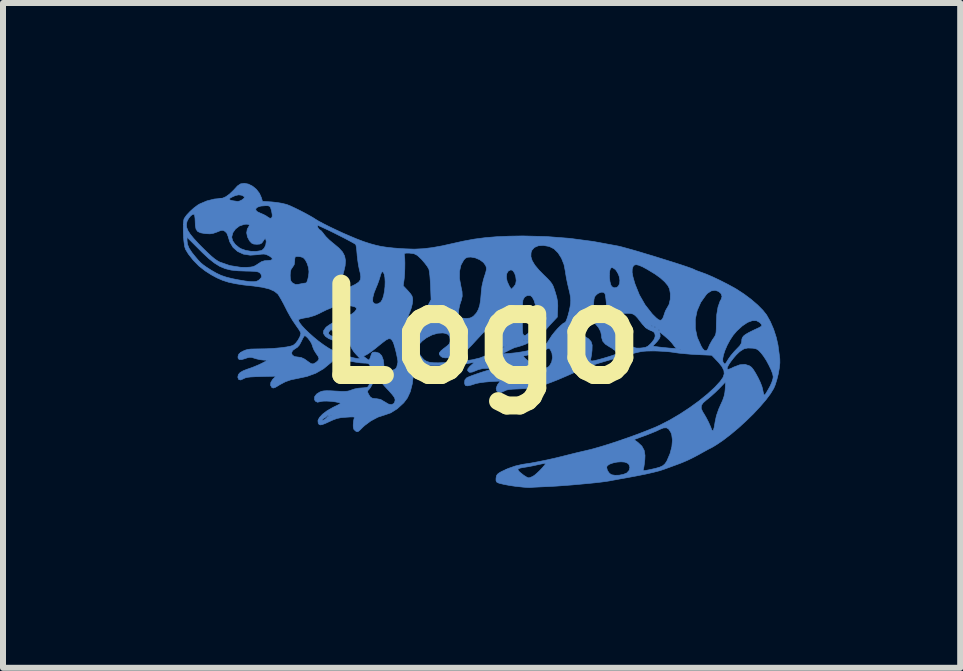
<source format=kicad_pcb>
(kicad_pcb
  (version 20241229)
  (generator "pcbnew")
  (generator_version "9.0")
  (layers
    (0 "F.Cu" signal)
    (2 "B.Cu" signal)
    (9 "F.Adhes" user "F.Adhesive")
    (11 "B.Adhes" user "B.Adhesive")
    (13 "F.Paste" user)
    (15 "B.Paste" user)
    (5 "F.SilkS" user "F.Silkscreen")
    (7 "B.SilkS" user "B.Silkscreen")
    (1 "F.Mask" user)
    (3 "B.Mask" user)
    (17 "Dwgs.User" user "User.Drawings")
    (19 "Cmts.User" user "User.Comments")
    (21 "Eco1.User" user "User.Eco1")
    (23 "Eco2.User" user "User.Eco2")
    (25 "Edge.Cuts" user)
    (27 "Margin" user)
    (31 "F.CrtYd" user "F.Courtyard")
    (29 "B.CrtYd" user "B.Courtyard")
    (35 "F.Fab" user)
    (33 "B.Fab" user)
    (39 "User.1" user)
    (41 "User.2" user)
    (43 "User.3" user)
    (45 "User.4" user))
  (footprint "Logo"
    (layer "F.Cu")
    (at 4.962 2.512)
    (property "Reference" "Logo" (at 0 0 0) (layer "F.SilkS") (effects (font (size 1.524 1.524) (thickness 0.3))))
    (attr through_hole)
    (fp_poly (pts (xy -3.87 -2.493) (xy -3.801 -2.458) (xy -3.738 -2.406) (xy -3.687 -2.339) (xy -3.655 -2.267) (xy -3.637 -2.206) (xy -3.482 -2.196) (xy -3.398 -2.187) (xy -3.313 -2.173) (xy -3.243 -2.156) (xy -3.229 -2.152) (xy -3.169 -2.128) (xy -3.09 -2.091) (xy -3.001 -2.047) (xy -2.911 -2) (xy -2.83 -1.955) (xy -2.768 -1.918) (xy -2.757 -1.91) (xy -2.701 -1.876) (xy -2.62 -1.833) (xy -2.521 -1.783) (xy -2.41 -1.73) (xy -2.294 -1.676) (xy -2.178 -1.626) (xy -2.071 -1.581) (xy -1.977 -1.545) (xy -1.941 -1.532) (xy -1.839 -1.499) (xy -1.747 -1.474) (xy -1.658 -1.454) (xy -1.563 -1.44) (xy -1.455 -1.428) (xy -1.324 -1.418) (xy -1.253 -1.414) (xy -1.105 -1.409) (xy -0.959 -1.416) (xy -0.807 -1.434) (xy -0.64 -1.464) (xy -0.484 -1.499) (xy -0.291 -1.542) (xy -0.107 -1.576) (xy 0.076 -1.6) (xy 0.267 -1.616) (xy 0.474 -1.625) (xy 0.703 -1.629) (xy 1.096 -1.619) (xy 1.484 -1.589) (xy 1.877 -1.537) (xy 2.284 -1.462) (xy 2.286 -1.462) (xy 2.341 -1.449) (xy 2.419 -1.428) (xy 2.516 -1.401) (xy 2.628 -1.369) (xy 2.749 -1.332) (xy 2.877 -1.294) (xy 3.005 -1.254) (xy 3.13 -1.215) (xy 3.248 -1.178) (xy 3.353 -1.144) (xy 3.442 -1.114) (xy 3.51 -1.09) (xy 3.553 -1.073) (xy 3.564 -1.067) (xy 3.589 -1.055) (xy 3.635 -1.038) (xy 3.675 -1.024) (xy 3.764 -0.991) (xy 3.873 -0.944) (xy 3.993 -0.887) (xy 4.115 -0.825) (xy 4.231 -0.762) (xy 4.267 -0.741) (xy 4.391 -0.66) (xy 4.51 -0.571) (xy 4.617 -0.479) (xy 4.706 -0.389) (xy 4.767 -0.312) (xy 4.828 -0.203) (xy 4.884 -0.074) (xy 4.928 0.062) (xy 4.957 0.191) (xy 4.96 0.214) (xy 4.97 0.29) (xy 4.98 0.364) (xy 4.987 0.421) (xy 4.987 0.423) (xy 4.988 0.488) (xy 4.979 0.573) (xy 4.962 0.67) (xy 4.938 0.766) (xy 4.911 0.853) (xy 4.886 0.912) (xy 4.832 1.001) (xy 4.755 1.104) (xy 4.658 1.217) (xy 4.547 1.336) (xy 4.425 1.455) (xy 4.298 1.571) (xy 4.169 1.679) (xy 4.044 1.775) (xy 3.949 1.84) (xy 3.896 1.873) (xy 3.852 1.899) (xy 3.828 1.911) (xy 3.803 1.923) (xy 3.756 1.949) (xy 3.694 1.983) (xy 3.632 2.018) (xy 3.545 2.064) (xy 3.451 2.11) (xy 3.362 2.148) (xy 3.319 2.165) (xy 3.237 2.195) (xy 3.15 2.227) (xy 3.076 2.254) (xy 3.065 2.258) (xy 2.984 2.285) (xy 2.878 2.312) (xy 2.746 2.342) (xy 2.585 2.374) (xy 2.418 2.405) (xy 2.332 2.42) (xy 2.251 2.435) (xy 2.184 2.447) (xy 2.15 2.454) (xy 2.094 2.463) (xy 2.011 2.474) (xy 1.907 2.486) (xy 1.786 2.498) (xy 1.656 2.51) (xy 1.522 2.522) (xy 1.391 2.532) (xy 1.268 2.541) (xy 1.159 2.547) (xy 1.12 2.549) (xy 1.028 2.553) (xy 0.948 2.557) (xy 0.886 2.56) (xy 0.848 2.563) (xy 0.84 2.564) (xy 0.815 2.565) (xy 0.766 2.563) (xy 0.702 2.558) (xy 0.686 2.556) (xy 0.582 2.545) (xy 0.48 2.53) (xy 0.39 2.513) (xy 0.319 2.496) (xy 0.294 2.488) (xy 0.266 2.472) (xy 0.256 2.446) (xy 0.257 2.409) (xy 0.264 2.37) (xy 0.28 2.343) (xy 0.315 2.317) (xy 0.347 2.299) (xy 0.411 2.269) (xy 0.621 2.269) (xy 0.639 2.295) (xy 0.66 2.314) (xy 0.719 2.361) (xy 0.769 2.392) (xy 0.802 2.404) (xy 0.825 2.398) (xy 0.865 2.381) (xy 0.871 2.378) (xy 0.901 2.358) (xy 0.943 2.322) (xy 0.989 2.278) (xy 1.032 2.232) (xy 1.037 2.226) (xy 2.1 2.226) (xy 2.113 2.28) (xy 2.147 2.328) (xy 2.183 2.352) (xy 2.24 2.361) (xy 2.311 2.359) (xy 2.381 2.345) (xy 2.435 2.323) (xy 2.438 2.321) (xy 2.476 2.279) (xy 2.488 2.229) (xy 2.473 2.182) (xy 2.447 2.158) (xy 2.402 2.141) (xy 2.341 2.136) (xy 2.273 2.141) (xy 2.207 2.155) (xy 2.15 2.175) (xy 2.112 2.201) (xy 2.1 2.226) (xy 1.037 2.226) (xy 1.066 2.192) (xy 1.083 2.166) (xy 1.084 2.162) (xy 1.069 2.162) (xy 1.028 2.169) (xy 0.971 2.181) (xy 0.952 2.185) (xy 0.875 2.202) (xy 0.798 2.217) (xy 0.736 2.227) (xy 0.734 2.227) (xy 0.666 2.239) (xy 0.629 2.252) (xy 0.621 2.269) (xy 0.411 2.269) (xy 0.457 2.248) (xy 0.578 2.206) (xy 0.695 2.179) (xy 0.72 2.175) (xy 0.829 2.159) (xy 0.962 2.134) (xy 1.109 2.104) (xy 1.26 2.07) (xy 1.389 2.038) (xy 1.489 2.013) (xy 1.594 1.987) (xy 1.692 1.964) (xy 1.769 1.946) (xy 1.77 1.946) (xy 1.878 1.919) (xy 2.01 1.881) (xy 2.159 1.835) (xy 2.318 1.782) (xy 2.365 1.766) (xy 2.557 1.766) (xy 2.623 1.814) (xy 2.688 1.875) (xy 2.726 1.945) (xy 2.74 2.031) (xy 2.737 2.098) (xy 2.73 2.162) (xy 2.722 2.218) (xy 2.716 2.248) (xy 2.71 2.27) (xy 2.713 2.282) (xy 2.732 2.283) (xy 2.772 2.276) (xy 2.814 2.268) (xy 2.913 2.246) (xy 2.984 2.226) (xy 3.034 2.203) (xy 3.069 2.174) (xy 3.096 2.137) (xy 3.108 2.115) (xy 3.158 1.997) (xy 3.188 1.881) (xy 3.197 1.774) (xy 3.185 1.683) (xy 3.172 1.648) (xy 3.138 1.594) (xy 3.098 1.569) (xy 3.045 1.572) (xy 2.987 1.596) (xy 2.926 1.625) (xy 2.853 1.655) (xy 2.762 1.691) (xy 2.646 1.733) (xy 2.637 1.737) (xy 2.557 1.766) (xy 2.365 1.766) (xy 2.479 1.726) (xy 2.636 1.669) (xy 2.78 1.613) (xy 2.906 1.562) (xy 2.99 1.524) (xy 3.155 1.439) (xy 3.323 1.34) (xy 3.466 1.246) (xy 3.677 1.246) (xy 3.701 1.302) (xy 3.72 1.331) (xy 3.758 1.396) (xy 3.8 1.477) (xy 3.836 1.559) (xy 3.851 1.599) (xy 3.864 1.621) (xy 3.878 1.61) (xy 3.892 1.567) (xy 3.905 1.493) (xy 3.908 1.473) (xy 3.93 1.368) (xy 3.969 1.257) (xy 3.997 1.194) (xy 4.035 1.11) (xy 4.058 1.043) (xy 4.071 0.981) (xy 4.077 0.923) (xy 4.083 0.804) (xy 3.975 0.916) (xy 3.912 0.978) (xy 3.843 1.04) (xy 3.781 1.092) (xy 3.77 1.1) (xy 3.71 1.152) (xy 3.679 1.198) (xy 3.677 1.246) (xy 3.466 1.246) (xy 3.487 1.232) (xy 3.643 1.119) (xy 3.783 1.005) (xy 3.904 0.894) (xy 3.998 0.791) (xy 3.998 0.79) (xy 4.041 0.728) (xy 4.06 0.67) (xy 4.055 0.614) (xy 4.04 0.584) (xy 4.109 0.584) (xy 4.12 0.595) (xy 4.144 0.591) (xy 4.189 0.572) (xy 4.221 0.556) (xy 4.32 0.519) (xy 4.407 0.512) (xy 4.481 0.536) (xy 4.516 0.561) (xy 4.547 0.6) (xy 4.585 0.661) (xy 4.625 0.734) (xy 4.661 0.809) (xy 4.687 0.876) (xy 4.698 0.914) (xy 4.711 0.978) (xy 4.721 1.013) (xy 4.73 1.023) (xy 4.742 1.015) (xy 4.752 1.001) (xy 4.773 0.967) (xy 4.802 0.916) (xy 4.827 0.871) (xy 4.854 0.81) (xy 4.872 0.753) (xy 4.877 0.719) (xy 4.868 0.671) (xy 4.843 0.604) (xy 4.806 0.527) (xy 4.763 0.447) (xy 4.716 0.375) (xy 4.677 0.324) (xy 4.635 0.279) (xy 4.597 0.255) (xy 4.55 0.244) (xy 4.535 0.242) (xy 4.454 0.239) (xy 4.39 0.253) (xy 4.331 0.29) (xy 4.307 0.309) (xy 4.26 0.355) (xy 4.212 0.411) (xy 4.168 0.468) (xy 4.133 0.521) (xy 4.112 0.563) (xy 4.109 0.584) (xy 4.04 0.584) (xy 4.024 0.551) (xy 3.966 0.479) (xy 3.925 0.436) (xy 3.911 0.421) (xy 4.035 0.421) (xy 4.039 0.469) (xy 4.046 0.482) (xy 4.066 0.503) (xy 4.073 0.508) (xy 4.084 0.495) (xy 4.107 0.461) (xy 4.13 0.423) (xy 4.172 0.364) (xy 4.227 0.299) (xy 4.267 0.257) (xy 4.319 0.203) (xy 4.345 0.161) (xy 4.352 0.129) (xy 4.354 0.095) (xy 4.363 0.067) (xy 4.382 0.04) (xy 4.416 0.013) (xy 4.469 -0.018) (xy 4.545 -0.056) (xy 4.648 -0.104) (xy 4.652 -0.107) (xy 4.683 -0.126) (xy 4.686 -0.148) (xy 4.659 -0.18) (xy 4.653 -0.186) (xy 4.597 -0.217) (xy 4.529 -0.217) (xy 4.45 -0.188) (xy 4.362 -0.129) (xy 4.266 -0.041) (xy 4.265 -0.039) (xy 4.209 0.027) (xy 4.157 0.106) (xy 4.111 0.191) (xy 4.074 0.276) (xy 4.048 0.355) (xy 4.035 0.421) (xy 3.911 0.421) (xy 3.852 0.36) (xy 3.607 0.349) (xy 3.505 0.343) (xy 3.401 0.334) (xy 3.307 0.325) (xy 3.234 0.315) (xy 3.226 0.313) (xy 3.151 0.303) (xy 3.056 0.295) (xy 2.955 0.29) (xy 2.888 0.288) (xy 2.821 0.289) (xy 2.765 0.29) (xy 2.714 0.294) (xy 2.661 0.302) (xy 2.601 0.315) (xy 2.527 0.334) (xy 2.432 0.359) (xy 2.321 0.391) (xy 2.177 0.431) (xy 2.06 0.465) (xy 1.966 0.493) (xy 1.888 0.518) (xy 1.821 0.541) (xy 1.76 0.563) (xy 1.7 0.588) (xy 1.635 0.616) (xy 1.6 0.631) (xy 1.435 0.704) (xy 1.295 0.764) (xy 1.176 0.811) (xy 1.074 0.848) (xy 0.983 0.875) (xy 0.9 0.895) (xy 0.82 0.908) (xy 0.737 0.916) (xy 0.648 0.92) (xy 0.632 0.921) (xy 0.538 0.925) (xy 0.472 0.931) (xy 0.427 0.941) (xy 0.398 0.955) (xy 0.341 0.98) (xy 0.295 0.977) (xy 0.266 0.952) (xy 0.259 0.91) (xy 0.279 0.856) (xy 0.289 0.842) (xy 0.327 0.79) (xy 0.15 0.8) (xy 0.063 0.808) (xy -0.018 0.819) (xy -0.081 0.832) (xy -0.102 0.839) (xy -0.157 0.857) (xy -0.206 0.868) (xy -0.22 0.87) (xy -0.25 0.866) (xy -0.264 0.843) (xy -0.268 0.819) (xy -0.263 0.772) (xy -0.236 0.739) (xy -0.235 0.738) (xy -0.201 0.721) (xy -0.14 0.697) (xy -0.06 0.669) (xy 0.033 0.638) (xy 0.134 0.607) (xy 0.169 0.596) (xy 0.198 0.587) (xy 0.204 0.582) (xy 0.183 0.579) (xy 0.133 0.578) (xy 0.119 0.578) (xy 0.033 0.582) (xy -0.04 0.6) (xy -0.078 0.616) (xy -0.139 0.64) (xy -0.18 0.645) (xy -0.192 0.641) (xy -0.217 0.616) (xy -0.212 0.585) (xy -0.178 0.544) (xy -0.157 0.526) (xy -0.122 0.494) (xy -0.116 0.48) (xy -0.127 0.481) (xy -0.221 0.498) (xy -0.34 0.513) (xy -0.477 0.524) (xy -0.624 0.53) (xy -0.771 0.532) (xy -0.912 0.529) (xy -0.991 0.525) (xy -1.109 0.516) (xy -1.12 0.677) (xy -1.139 0.835) (xy -1.172 0.966) (xy -1.221 1.072) (xy -1.282 1.153) (xy -1.39 1.252) (xy -1.498 1.32) (xy -1.593 1.353) (xy -1.713 1.392) (xy -1.831 1.455) (xy -1.936 1.533) (xy -1.966 1.561) (xy -2.01 1.605) (xy -2.038 1.629) (xy -2.059 1.635) (xy -2.078 1.627) (xy -2.087 1.621) (xy -2.113 1.596) (xy -2.123 1.557) (xy -2.124 1.522) (xy -2.12 1.468) (xy -2.112 1.424) (xy -2.109 1.416) (xy -2.104 1.4) (xy -2.11 1.391) (xy -2.133 1.388) (xy -2.178 1.389) (xy -2.241 1.393) (xy -2.327 1.4) (xy -2.395 1.414) (xy -2.463 1.439) (xy -2.516 1.463) (xy -2.59 1.497) (xy -2.641 1.516) (xy -2.673 1.521) (xy -2.693 1.513) (xy -2.707 1.494) (xy -2.712 1.45) (xy -2.707 1.439) (xy -2.642 1.439) (xy -2.63 1.444) (xy -2.601 1.43) (xy -2.599 1.429) (xy -2.569 1.405) (xy -2.557 1.386) (xy -2.546 1.378) (xy -2.537 1.382) (xy -2.526 1.384) (xy -2.532 1.372) (xy -2.541 1.363) (xy -2.506 1.363) (xy -2.498 1.372) (xy -2.489 1.363) (xy -2.498 1.355) (xy -2.506 1.363) (xy -2.541 1.363) (xy -2.547 1.359) (xy -2.564 1.374) (xy -2.596 1.402) (xy -2.612 1.41) (xy -2.637 1.428) (xy -2.642 1.439) (xy -2.707 1.439) (xy -2.688 1.399) (xy -2.636 1.343) (xy -2.561 1.286) (xy -2.465 1.231) (xy -2.435 1.216) (xy -2.377 1.188) (xy -2.346 1.17) (xy -2.339 1.16) (xy -2.351 1.152) (xy -2.359 1.15) (xy -2.421 1.137) (xy -2.493 1.128) (xy -2.565 1.124) (xy -2.626 1.125) (xy -2.667 1.131) (xy -2.672 1.133) (xy -2.719 1.143) (xy -2.755 1.125) (xy -2.769 1.1) (xy -2.768 1.052) (xy -2.735 1.007) (xy -2.683 0.974) (xy -2.651 0.961) (xy -2.615 0.954) (xy -2.568 0.951) (xy -2.502 0.952) (xy -2.419 0.957) (xy -2.329 0.962) (xy -2.265 0.962) (xy -2.22 0.959) (xy -2.185 0.951) (xy -2.156 0.94) (xy -2.103 0.922) (xy -2.035 0.909) (xy -1.997 0.906) (xy -1.941 0.902) (xy -1.898 0.895) (xy -1.882 0.89) (xy -1.866 0.867) (xy -1.847 0.821) (xy -1.83 0.764) (xy -1.817 0.706) (xy -1.812 0.658) (xy -1.812 0.657) (xy -1.819 0.607) (xy -1.835 0.553) (xy -1.836 0.55) (xy -1.855 0.513) (xy -1.877 0.496) (xy -1.917 0.491) (xy -1.936 0.491) (xy -2.002 0.487) (xy -2.086 0.475) (xy -2.176 0.459) (xy -2.26 0.44) (xy -2.326 0.421) (xy -2.342 0.415) (xy -2.399 0.391) (xy -2.497 0.484) (xy -2.619 0.585) (xy -2.749 0.66) (xy -2.895 0.713) (xy -3.054 0.747) (xy -3.162 0.769) (xy -3.254 0.801) (xy -3.345 0.849) (xy -3.374 0.867) (xy -3.423 0.896) (xy -3.454 0.906) (xy -3.476 0.901) (xy -3.48 0.897) (xy -3.503 0.859) (xy -3.497 0.811) (xy -3.465 0.76) (xy -3.459 0.755) (xy -3.414 0.709) (xy -3.66 0.715) (xy -3.761 0.718) (xy -3.835 0.722) (xy -3.887 0.728) (xy -3.923 0.737) (xy -3.949 0.749) (xy -3.952 0.751) (xy -4 0.772) (xy -4.032 0.765) (xy -4.047 0.73) (xy -4.047 0.72) (xy -4.038 0.681) (xy -4.009 0.648) (xy -3.955 0.617) (xy -3.873 0.586) (xy -3.867 0.585) (xy -3.788 0.556) (xy -3.704 0.521) (xy -3.649 0.495) (xy -3.548 0.442) (xy -3.612 0.441) (xy -3.668 0.435) (xy -3.734 0.421) (xy -3.761 0.413) (xy -3.813 0.397) (xy -3.851 0.394) (xy -3.891 0.403) (xy -3.921 0.414) (xy -3.986 0.433) (xy -4.026 0.431) (xy -4.044 0.406) (xy -4.044 0.377) (xy -4.032 0.342) (xy -4.009 0.321) (xy -3.152 0.321) (xy -3.14 0.356) (xy -3.103 0.382) (xy -3.052 0.389) (xy -2.992 0.397) (xy -2.934 0.424) (xy -2.873 0.468) (xy -2.828 0.499) (xy -2.792 0.505) (xy -2.752 0.484) (xy -2.737 0.473) (xy -2.705 0.443) (xy -2.695 0.414) (xy -2.709 0.378) (xy -2.743 0.329) (xy -2.776 0.276) (xy -2.799 0.221) (xy -2.804 0.203) (xy -2.819 0.162) (xy -2.848 0.115) (xy -2.882 0.072) (xy -2.914 0.042) (xy -2.933 0.034) (xy -2.947 0.048) (xy -2.968 0.085) (xy -2.988 0.127) (xy -3.021 0.189) (xy -3.056 0.228) (xy -3.089 0.248) (xy -3.135 0.282) (xy -3.152 0.321) (xy -4.009 0.321) (xy -4 0.313) (xy -3.963 0.292) (xy -3.924 0.275) (xy -3.885 0.264) (xy -3.835 0.257) (xy -3.767 0.255) (xy -3.695 0.254) (xy -3.569 0.252) (xy -3.446 0.245) (xy -3.334 0.235) (xy -3.237 0.222) (xy -3.163 0.207) (xy -3.123 0.193) (xy -3.084 0.161) (xy -3.045 0.11) (xy -3.013 0.052) (xy -2.998 0.001) (xy -2.997 -0.008) (xy -3.007 -0.032) (xy -3.033 -0.075) (xy -3.07 -0.127) (xy -3.081 -0.143) (xy -3.124 -0.206) (xy -3.131 -0.216) (xy -3.036 -0.216) (xy -3.017 -0.18) (xy -2.978 -0.13) (xy -2.924 -0.072) (xy -2.857 -0.008) (xy -2.782 0.059) (xy -2.703 0.124) (xy -2.623 0.183) (xy -2.546 0.234) (xy -2.505 0.258) (xy -2.434 0.293) (xy -2.353 0.327) (xy -2.268 0.358) (xy -2.185 0.385) (xy -2.112 0.404) (xy -2.055 0.415) (xy -2.02 0.414) (xy -2.017 0.412) (xy -2.025 0.399) (xy -2.046 0.376) (xy -1.953 0.376) (xy -1.912 0.408) (xy -1.88 0.43) (xy -1.861 0.44) (xy -1.851 0.426) (xy -1.836 0.389) (xy -1.831 0.372) (xy -1.815 0.328) (xy -1.798 0.31) (xy -1.766 0.307) (xy -1.749 0.308) (xy -1.691 0.325) (xy -1.649 0.368) (xy -1.623 0.438) (xy -1.614 0.503) (xy -1.61 0.563) (xy -1.614 0.601) (xy -1.628 0.627) (xy -1.64 0.641) (xy -1.68 0.668) (xy -1.717 0.677) (xy -1.74 0.682) (xy -1.757 0.699) (xy -1.773 0.738) (xy -1.786 0.781) (xy -1.808 0.845) (xy -1.836 0.898) (xy -1.855 0.922) (xy -1.881 0.95) (xy -1.884 0.974) (xy -1.869 1.008) (xy -1.841 1.053) (xy -1.809 1.075) (xy -1.76 1.083) (xy -1.736 1.084) (xy -1.668 1.096) (xy -1.602 1.135) (xy -1.601 1.135) (xy -1.538 1.173) (xy -1.486 1.183) (xy -1.449 1.166) (xy -1.44 1.153) (xy -1.427 1.121) (xy -1.427 1.091) (xy -1.442 1.057) (xy -1.476 1.012) (xy -1.53 0.951) (xy -1.549 0.931) (xy -1.601 0.875) (xy -1.643 0.825) (xy -1.669 0.788) (xy -1.676 0.773) (xy -1.661 0.729) (xy -1.621 0.685) (xy -1.562 0.645) (xy -1.498 0.619) (xy -1.443 0.6) (xy -1.413 0.581) (xy -1.398 0.556) (xy -1.396 0.546) (xy -1.386 0.504) (xy -1.38 0.48) (xy -1.38 0.453) (xy -1.389 0.403) (xy -1.402 0.339) (xy -1.418 0.271) (xy -1.436 0.208) (xy -1.44 0.193) (xy -1.23 0.193) (xy -1.171 0.324) (xy -1.14 0.389) (xy -1.117 0.429) (xy -1.096 0.451) (xy -1.072 0.46) (xy -1.059 0.462) (xy -1.022 0.468) (xy -1.005 0.471) (xy -1.004 0.471) (xy -1.011 0.46) (xy -1.033 0.428) (xy -1.061 0.386) (xy -1.094 0.331) (xy -1.119 0.281) (xy -1.129 0.252) (xy -1.137 0.235) (xy -1.05 0.235) (xy -1.042 0.294) (xy -1.005 0.362) (xy -0.998 0.371) (xy -0.966 0.412) (xy -0.934 0.443) (xy -0.896 0.464) (xy -0.849 0.478) (xy -0.786 0.485) (xy -0.705 0.486) (xy -0.599 0.482) (xy -0.464 0.473) (xy -0.462 0.473) (xy -0.284 0.457) (xy -0.137 0.435) (xy -0.016 0.406) (xy 0.067 0.374) (xy 0.707 0.374) (xy 0.747 0.417) (xy 0.829 0.485) (xy 0.932 0.538) (xy 0.971 0.551) (xy 1.041 0.57) (xy 1.089 0.572) (xy 1.125 0.557) (xy 1.147 0.538) (xy 1.184 0.474) (xy 1.198 0.398) (xy 1.188 0.321) (xy 1.161 0.265) (xy 1.141 0.245) (xy 1.119 0.248) (xy 1.098 0.26) (xy 1.06 0.278) (xy 0.997 0.299) (xy 0.915 0.324) (xy 0.821 0.348) (xy 0.756 0.363) (xy 0.707 0.374) (xy 0.067 0.374) (xy 0.081 0.369) (xy 0.089 0.364) (xy 0.237 0.364) (xy 0.246 0.373) (xy 0.254 0.364) (xy 0.246 0.356) (xy 0.237 0.364) (xy 0.089 0.364) (xy 0.11 0.352) (xy 0.295 0.352) (xy 0.312 0.354) (xy 0.334 0.351) (xy 0.334 0.345) (xy 0.311 0.341) (xy 0.302 0.344) (xy 0.295 0.352) (xy 0.11 0.352) (xy 0.132 0.338) (xy 0.352 0.338) (xy 0.493 0.328) (xy 0.582 0.319) (xy 0.683 0.304) (xy 0.775 0.287) (xy 0.781 0.285) (xy 0.927 0.252) (xy 0.928 0.148) (xy 0.928 0.093) (xy 0.926 0.067) (xy 0.919 0.067) (xy 0.909 0.085) (xy 0.877 0.12) (xy 0.846 0.133) (xy 0.803 0.146) (xy 0.779 0.16) (xy 0.752 0.174) (xy 0.705 0.192) (xy 0.65 0.21) (xy 0.601 0.224) (xy 0.576 0.229) (xy 0.558 0.236) (xy 0.517 0.255) (xy 0.464 0.281) (xy 0.459 0.284) (xy 0.352 0.338) (xy 0.132 0.338) (xy 0.158 0.322) (xy 0.219 0.264) (xy 0.22 0.263) (xy 0.305 0.263) (xy 0.318 0.262) (xy 0.35 0.248) (xy 0.356 0.246) (xy 0.39 0.226) (xy 0.406 0.212) (xy 0.406 0.211) (xy 0.393 0.212) (xy 0.361 0.226) (xy 0.356 0.229) (xy 0.321 0.249) (xy 0.305 0.262) (xy 0.305 0.263) (xy 0.22 0.263) (xy 0.266 0.195) (xy 0.423 0.195) (xy 0.432 0.203) (xy 0.44 0.195) (xy 0.432 0.186) (xy 0.423 0.195) (xy 0.266 0.195) (xy 0.266 0.194) (xy 0.272 0.183) (xy 0.277 0.169) (xy 0.593 0.169) (xy 0.599 0.183) (xy 0.604 0.181) (xy 0.606 0.161) (xy 0.604 0.158) (xy 0.594 0.16) (xy 0.593 0.169) (xy 0.277 0.169) (xy 0.291 0.126) (xy 0.294 0.11) (xy 0.711 0.11) (xy 0.72 0.119) (xy 0.728 0.11) (xy 0.725 0.107) (xy 0.768 0.107) (xy 0.77 0.117) (xy 0.779 0.119) (xy 0.793 0.112) (xy 0.79 0.107) (xy 0.77 0.105) (xy 0.768 0.107) (xy 0.725 0.107) (xy 0.72 0.102) (xy 0.711 0.11) (xy 0.294 0.11) (xy 0.3 0.057) (xy 0.3 -0.017) (xy 0.291 -0.086) (xy 0.275 -0.142) (xy 0.251 -0.177) (xy 0.241 -0.182) (xy 0.215 -0.174) (xy 0.169 -0.139) (xy 0.104 -0.078) (xy 0.019 0.01) (xy -0.074 0.11) (xy -0.154 0.197) (xy -0.218 0.262) (xy -0.271 0.308) (xy -0.32 0.341) (xy -0.368 0.363) (xy -0.422 0.38) (xy -0.435 0.383) (xy -0.527 0.401) (xy -0.593 0.404) (xy -0.639 0.394) (xy -0.663 0.378) (xy -0.687 0.35) (xy -0.689 0.33) (xy -0.593 0.33) (xy -0.584 0.339) (xy -0.576 0.33) (xy -0.584 0.322) (xy -0.593 0.33) (xy -0.689 0.33) (xy -0.689 0.323) (xy -0.667 0.292) (xy -0.653 0.279) (xy -0.525 0.279) (xy -0.516 0.288) (xy -0.508 0.279) (xy -0.516 0.271) (xy -0.525 0.279) (xy -0.653 0.279) (xy -0.619 0.25) (xy -0.601 0.237) (xy -0.551 0.198) (xy -0.523 0.169) (xy -0.511 0.141) (xy -0.508 0.105) (xy -0.508 0.103) (xy -0.516 0.048) (xy -0.542 0.013) (xy -0.593 -0.006) (xy -0.631 -0.012) (xy -0.716 -0.007) (xy -0.81 0.021) (xy -0.903 0.069) (xy -0.972 0.121) (xy -1.027 0.179) (xy -1.05 0.235) (xy -1.137 0.235) (xy -1.147 0.215) (xy -1.184 0.2) (xy -1.23 0.193) (xy -1.44 0.193) (xy -1.445 0.178) (xy -1.135 0.178) (xy -1.126 0.186) (xy -1.118 0.178) (xy -1.126 0.169) (xy -1.135 0.178) (xy -1.445 0.178) (xy -1.452 0.158) (xy -1.46 0.138) (xy -1.482 0.103) (xy -1.505 0.085) (xy -1.535 0.085) (xy -1.577 0.106) (xy -1.634 0.149) (xy -1.688 0.192) (xy -1.754 0.246) (xy -1.816 0.294) (xy -1.868 0.33) (xy -1.895 0.347) (xy -1.953 0.376) (xy -2.046 0.376) (xy -2.051 0.371) (xy -2.071 0.351) (xy -2.115 0.3) (xy -2.152 0.241) (xy -2.16 0.223) (xy -2.176 0.187) (xy -2.194 0.163) (xy -2.221 0.148) (xy -2.266 0.138) (xy -2.334 0.13) (xy -2.357 0.128) (xy -2.457 0.111) (xy -2.533 0.082) (xy -2.587 0.045) (xy -2.615 0.005) (xy -2.534 0.005) (xy -2.504 0.031) (xy -2.441 0.053) (xy -2.371 0.067) (xy -2.289 0.08) (xy -2.236 0.082) (xy -2.208 0.074) (xy -2.201 0.06) (xy -2.212 0.043) (xy -2.229 0.045) (xy -2.258 0.044) (xy -2.305 0.029) (xy -2.343 0.013) (xy -2.351 0.008) (xy -2.201 0.008) (xy -2.193 0.017) (xy -2.184 0.008) (xy -2.193 0) (xy -2.201 0.008) (xy -2.351 0.008) (xy -2.397 -0.013) (xy -2.441 -0.033) (xy -2.461 -0.041) (xy -2.481 -0.058) (xy -2.479 -0.072) (xy -2.48 -0.078) (xy -2.501 -0.063) (xy -2.503 -0.061) (xy -2.534 -0.025) (xy -2.534 0.005) (xy -2.615 0.005) (xy -2.619 -0.000375) (xy -2.618 -0.048) (xy -2.588 -0.093) (xy -2.455 -0.093) (xy -2.447 -0.085) (xy -2.438 -0.093) (xy -2.447 -0.102) (xy -2.455 -0.093) (xy -2.588 -0.093) (xy -2.583 -0.099) (xy -2.572 -0.11) (xy -2.421 -0.11) (xy -2.413 -0.102) (xy -2.405 -0.11) (xy -2.413 -0.119) (xy -2.421 -0.11) (xy -2.572 -0.11) (xy -2.567 -0.115) (xy -2.519 -0.149) (xy -2.449 -0.19) (xy -2.368 -0.232) (xy -2.283 -0.271) (xy -2.207 -0.3) (xy -2.2 -0.303) (xy -2.147 -0.328) (xy -2.103 -0.362) (xy -2.075 -0.398) (xy -2.071 -0.428) (xy -2.093 -0.445) (xy -2.143 -0.459) (xy -2.211 -0.469) (xy -2.293 -0.474) (xy -2.311 -0.474) (xy -2.379 -0.465) (xy -2.467 -0.439) (xy -2.566 -0.399) (xy -2.668 -0.349) (xy -2.685 -0.339) (xy -2.767 -0.303) (xy -2.861 -0.275) (xy -2.893 -0.269) (xy -2.955 -0.258) (xy -3.005 -0.246) (xy -3.031 -0.237) (xy -3.032 -0.237) (xy -3.036 -0.216) (xy -3.131 -0.216) (xy -3.174 -0.287) (xy -3.223 -0.375) (xy -3.252 -0.433) (xy -3.291 -0.509) (xy -3.31 -0.544) (xy -1.8 -0.544) (xy -1.793 -0.522) (xy -1.763 -0.496) (xy -1.721 -0.495) (xy -1.676 -0.518) (xy -1.662 -0.531) (xy -1.637 -0.572) (xy -1.617 -0.633) (xy -1.603 -0.707) (xy -1.594 -0.786) (xy -1.594 -0.799) (xy -1.291 -0.799) (xy -1.211 -0.714) (xy -1.168 -0.664) (xy -1.144 -0.627) (xy -1.134 -0.59) (xy -1.132 -0.554) (xy -1.139 -0.497) (xy -1.156 -0.428) (xy -1.173 -0.38) (xy -1.205 -0.3) (xy -1.222 -0.243) (xy -1.227 -0.203) (xy -1.219 -0.173) (xy -1.209 -0.156) (xy -1.181 -0.126) (xy -1.151 -0.121) (xy -1.115 -0.14) (xy -1.071 -0.187) (xy -1.026 -0.244) (xy -0.976 -0.315) (xy -0.97 -0.324) (xy -0.369 -0.324) (xy -0.353 -0.283) (xy -0.315 -0.261) (xy -0.249 -0.254) (xy -0.238 -0.254) (xy -0.177 -0.26) (xy -0.131 -0.283) (xy -0.119 -0.293) (xy 0.695 -0.293) (xy 0.695 -0.205) (xy 0.696 -0.123) (xy 0.698 -0.055) (xy 0.702 -0.009) (xy 0.705 0.007) (xy 0.723 0.031) (xy 0.752 0.026) (xy 0.764 0.017) (xy 0.931 0.017) (xy 0.938 0.031) (xy 0.943 0.028) (xy 0.945 0.008) (xy 0.943 0.006) (xy 0.933 0.008) (xy 0.931 0.017) (xy 0.764 0.017) (xy 0.794 -0.007) (xy 0.819 -0.033) (xy 0.88 -0.125) (xy 0.917 -0.235) (xy 0.928 -0.357) (xy 0.926 -0.399) (xy 0.912 -0.483) (xy 0.89 -0.555) (xy 0.861 -0.608) (xy 0.83 -0.635) (xy 0.829 -0.635) (xy 0.777 -0.636) (xy 0.733 -0.61) (xy 0.706 -0.563) (xy 0.705 -0.558) (xy 0.701 -0.52) (xy 0.698 -0.458) (xy 0.696 -0.38) (xy 0.695 -0.293) (xy -0.119 -0.293) (xy -0.114 -0.297) (xy -0.07 -0.345) (xy -0.038 -0.402) (xy -0.015 -0.473) (xy -0.000082 -0.564) (xy 0.01 -0.682) (xy 0.01 -0.692) (xy 0.022 -0.792) (xy 0.047 -0.901) (xy 0.059 -0.939) (xy 0.429 -0.939) (xy 0.442 -0.871) (xy 0.475 -0.799) (xy 0.475 -0.798) (xy 0.51 -0.741) (xy 0.551 -0.78) (xy 0.583 -0.824) (xy 0.593 -0.884) (xy 0.593 -0.885) (xy 0.585 -0.952) (xy 0.566 -1.009) (xy 0.538 -1.049) (xy 0.507 -1.064) (xy 0.502 -1.063) (xy 0.46 -1.043) (xy 0.435 -0.999) (xy 0.429 -0.939) (xy 0.059 -0.939) (xy 0.062 -0.949) (xy 0.084 -1.017) (xy 0.095 -1.063) (xy 0.096 -1.096) (xy 0.088 -1.126) (xy 0.085 -1.134) (xy 0.048 -1.186) (xy -0.013 -1.231) (xy -0.087 -1.263) (xy -0.162 -1.277) (xy -0.164 -1.277) (xy -0.216 -1.274) (xy -0.251 -1.259) (xy -0.281 -1.228) (xy -0.328 -1.144) (xy -0.352 -1.039) (xy -0.353 -0.921) (xy -0.33 -0.796) (xy -0.31 -0.701) (xy -0.307 -0.624) (xy -0.322 -0.557) (xy -0.329 -0.538) (xy -0.346 -0.486) (xy -0.361 -0.42) (xy -0.366 -0.39) (xy -0.369 -0.324) (xy -0.97 -0.324) (xy -0.927 -0.39) (xy -0.887 -0.456) (xy -0.88 -0.468) (xy -0.826 -0.567) (xy -0.835 -0.796) (xy -0.84 -0.885) (xy -0.846 -0.965) (xy -0.854 -1.03) (xy -0.861 -1.069) (xy -0.862 -1.073) (xy -0.888 -1.119) (xy -0.931 -1.176) (xy -0.983 -1.237) (xy -1.032 -1.284) (xy 0.838 -1.284) (xy 0.859 -1.217) (xy 0.903 -1.143) (xy 0.973 -1.059) (xy 1.049 -0.982) (xy 1.112 -0.921) (xy 1.156 -0.874) (xy 1.186 -0.835) (xy 1.208 -0.795) (xy 1.226 -0.746) (xy 1.244 -0.691) (xy 1.269 -0.605) (xy 1.282 -0.536) (xy 1.286 -0.466) (xy 1.284 -0.409) (xy 1.278 -0.276) (xy 1.162 -0.152) (xy 1.091 -0.072) (xy 1.042 -0.004) (xy 1.013 0.057) (xy 1.001 0.118) (xy 0.999 0.152) (xy 1.002 0.199) (xy 1.016 0.218) (xy 1.045 0.214) (xy 1.057 0.21) (xy 1.078 0.191) (xy 1.11 0.15) (xy 1.145 0.096) (xy 1.152 0.085) (xy 1.188 0.029) (xy 1.235 -0.03) (xy 1.286 -0.088) (xy 1.336 -0.137) (xy 1.361 -0.158) (xy 1.508 -0.158) (xy 1.513 -0.142) (xy 1.538 -0.112) (xy 1.578 -0.073) (xy 1.626 -0.031) (xy 1.675 0.007) (xy 1.719 0.037) (xy 1.731 0.044) (xy 1.8 0.086) (xy 1.841 0.132) (xy 1.859 0.19) (xy 1.857 0.27) (xy 1.857 0.276) (xy 1.85 0.338) (xy 1.841 0.392) (xy 1.836 0.419) (xy 1.832 0.44) (xy 1.839 0.452) (xy 1.86 0.455) (xy 1.9 0.449) (xy 1.964 0.433) (xy 2.055 0.408) (xy 2.063 0.405) (xy 2.137 0.383) (xy 2.199 0.363) (xy 2.242 0.348) (xy 2.257 0.34) (xy 2.264 0.314) (xy 2.24 0.28) (xy 2.211 0.26) (xy 3.308 0.26) (xy 3.31 0.27) (xy 3.319 0.271) (xy 3.333 0.265) (xy 3.33 0.26) (xy 3.31 0.258) (xy 3.308 0.26) (xy 2.211 0.26) (xy 2.184 0.24) (xy 2.152 0.222) (xy 2.08 0.176) (xy 2.036 0.126) (xy 2.017 0.066) (xy 2.015 0.032) (xy 2.001 -0.035) (xy 1.965 -0.103) (xy 1.913 -0.164) (xy 1.852 -0.211) (xy 1.79 -0.235) (xy 1.77 -0.237) (xy 1.731 -0.232) (xy 1.675 -0.219) (xy 1.613 -0.201) (xy 1.556 -0.181) (xy 1.517 -0.164) (xy 1.508 -0.158) (xy 1.361 -0.158) (xy 1.377 -0.172) (xy 1.406 -0.186) (xy 1.407 -0.186) (xy 1.42 -0.202) (xy 1.437 -0.242) (xy 1.456 -0.3) (xy 1.465 -0.334) (xy 1.876 -0.334) (xy 1.907 -0.339) (xy 2.371 -0.339) (xy 2.371 -0.244) (xy 2.374 -0.183) (xy 2.386 -0.141) (xy 2.412 -0.102) (xy 2.421 -0.091) (xy 2.452 -0.051) (xy 2.467 -0.013) (xy 2.472 0.04) (xy 2.472 0.065) (xy 2.475 0.127) (xy 2.485 0.166) (xy 2.506 0.195) (xy 2.51 0.199) (xy 2.549 0.227) (xy 2.592 0.24) (xy 2.652 0.241) (xy 2.7 0.236) (xy 2.753 0.226) (xy 2.793 0.206) (xy 2.796 0.203) (xy 2.87 0.203) (xy 2.879 0.208) (xy 2.915 0.215) (xy 2.974 0.223) (xy 3.04 0.23) (xy 3.148 0.241) (xy 3.223 0.247) (xy 3.267 0.249) (xy 3.279 0.248) (xy 3.267 0.243) (xy 3.241 0.224) (xy 3.213 0.189) (xy 3.213 0.188) (xy 3.183 0.149) (xy 3.139 0.103) (xy 3.112 0.079) (xy 3.066 0.039) (xy 3.026 0.006) (xy 3.01 -0.008) (xy 2.991 -0.022) (xy 2.986 -0.012) (xy 2.991 0.015) (xy 2.992 0.052) (xy 2.974 0.09) (xy 2.944 0.129) (xy 2.908 0.168) (xy 2.88 0.196) (xy 2.87 0.203) (xy 2.796 0.203) (xy 2.833 0.168) (xy 2.849 0.151) (xy 2.89 0.097) (xy 2.907 0.055) (xy 2.909 0.027) (xy 2.902 -0.005) (xy 2.885 -0.028) (xy 2.85 -0.048) (xy 2.821 -0.059) (xy 2.963 -0.059) (xy 2.972 -0.051) (xy 2.98 -0.059) (xy 2.972 -0.068) (xy 2.963 -0.059) (xy 2.821 -0.059) (xy 2.8 -0.068) (xy 2.754 -0.097) (xy 2.742 -0.11) (xy 2.896 -0.11) (xy 2.904 -0.102) (xy 2.913 -0.11) (xy 2.904 -0.119) (xy 2.896 -0.11) (xy 2.742 -0.11) (xy 2.726 -0.127) (xy 2.845 -0.127) (xy 2.853 -0.119) (xy 2.862 -0.127) (xy 2.853 -0.135) (xy 2.845 -0.127) (xy 2.726 -0.127) (xy 2.7 -0.154) (xy 2.666 -0.197) (xy 2.616 -0.262) (xy 2.577 -0.303) (xy 2.54 -0.327) (xy 2.498 -0.337) (xy 2.448 -0.339) (xy 2.371 -0.339) (xy 1.907 -0.339) (xy 1.95 -0.346) (xy 2.006 -0.359) (xy 2.054 -0.378) (xy 2.064 -0.384) (xy 2.085 -0.4) (xy 2.096 -0.42) (xy 2.099 -0.453) (xy 2.095 -0.509) (xy 2.094 -0.525) (xy 2.087 -0.588) (xy 2.079 -0.639) (xy 2.073 -0.667) (xy 2.048 -0.69) (xy 2.008 -0.691) (xy 1.96 -0.672) (xy 1.936 -0.654) (xy 1.912 -0.63) (xy 1.897 -0.605) (xy 1.889 -0.568) (xy 1.884 -0.51) (xy 1.882 -0.473) (xy 1.876 -0.334) (xy 1.465 -0.334) (xy 1.474 -0.368) (xy 1.489 -0.437) (xy 1.499 -0.494) (xy 1.502 -0.551) (xy 1.498 -0.611) (xy 1.485 -0.684) (xy 1.467 -0.756) (xy 1.447 -0.842) (xy 1.429 -0.93) (xy 1.419 -0.99) (xy 2.147 -0.99) (xy 2.148 -0.927) (xy 2.156 -0.866) (xy 2.17 -0.814) (xy 2.185 -0.786) (xy 2.223 -0.764) (xy 2.267 -0.77) (xy 2.293 -0.789) (xy 2.317 -0.833) (xy 2.321 -0.892) (xy 2.309 -0.957) (xy 2.283 -1.018) (xy 2.28 -1.022) (xy 2.525 -1.022) (xy 2.538 -0.95) (xy 2.565 -0.855) (xy 2.574 -0.826) (xy 2.646 -0.647) (xy 2.742 -0.48) (xy 2.857 -0.333) (xy 2.87 -0.319) (xy 2.927 -0.263) (xy 2.967 -0.231) (xy 2.997 -0.222) (xy 3.02 -0.233) (xy 3.023 -0.237) (xy 3.578 -0.237) (xy 3.579 -0.087) (xy 3.611 0.062) (xy 3.675 0.206) (xy 3.701 0.25) (xy 3.733 0.281) (xy 3.763 0.285) (xy 3.785 0.262) (xy 3.786 0.258) (xy 3.817 0.185) (xy 3.862 0.105) (xy 3.887 0.069) (xy 3.905 0.041) (xy 3.918 0.012) (xy 3.925 -0.026) (xy 3.928 -0.081) (xy 3.929 -0.161) (xy 3.929 -0.169) (xy 3.936 -0.319) (xy 3.957 -0.444) (xy 3.991 -0.541) (xy 4.008 -0.569) (xy 4.024 -0.62) (xy 4.008 -0.667) (xy 3.968 -0.703) (xy 3.909 -0.723) (xy 3.845 -0.713) (xy 3.782 -0.673) (xy 3.762 -0.652) (xy 3.67 -0.523) (xy 3.609 -0.384) (xy 3.578 -0.237) (xy 3.023 -0.237) (xy 3.027 -0.241) (xy 3.043 -0.271) (xy 3.059 -0.317) (xy 3.062 -0.328) (xy 3.08 -0.378) (xy 3.1 -0.416) (xy 3.104 -0.421) (xy 3.141 -0.487) (xy 3.161 -0.572) (xy 3.163 -0.666) (xy 3.149 -0.747) (xy 3.121 -0.802) (xy 3.068 -0.865) (xy 2.995 -0.93) (xy 2.908 -0.993) (xy 2.885 -1.007) (xy 2.781 -1.07) (xy 2.7 -1.114) (xy 2.639 -1.14) (xy 2.596 -1.15) (xy 2.565 -1.145) (xy 2.545 -1.126) (xy 2.541 -1.119) (xy 2.527 -1.077) (xy 2.525 -1.022) (xy 2.28 -1.022) (xy 2.248 -1.068) (xy 2.205 -1.097) (xy 2.183 -1.101) (xy 2.164 -1.086) (xy 2.152 -1.046) (xy 2.147 -0.99) (xy 1.419 -0.99) (xy 1.416 -1.007) (xy 1.413 -1.033) (xy 1.39 -1.151) (xy 1.348 -1.257) (xy 1.291 -1.347) (xy 1.223 -1.414) (xy 1.146 -1.453) (xy 1.143 -1.454) (xy 1.045 -1.471) (xy 0.961 -1.465) (xy 0.896 -1.437) (xy 0.853 -1.388) (xy 0.84 -1.348) (xy 0.838 -1.284) (xy -1.032 -1.284) (xy -1.037 -1.289) (xy -1.057 -1.306) (xy -1.111 -1.333) (xy -1.188 -1.343) (xy -1.19 -1.343) (xy -1.241 -1.343) (xy -1.267 -1.338) (xy -1.273 -1.324) (xy -1.271 -1.303) (xy -1.265 -1.251) (xy -1.263 -1.177) (xy -1.264 -1.09) (xy -1.267 -1.003) (xy -1.273 -0.926) (xy -1.277 -0.895) (xy -1.291 -0.799) (xy -1.594 -0.799) (xy -1.592 -0.864) (xy -1.596 -0.935) (xy -1.607 -0.991) (xy -1.624 -1.025) (xy -1.641 -1.033) (xy -1.653 -1.018) (xy -1.668 -0.98) (xy -1.675 -0.953) (xy -1.695 -0.889) (xy -1.721 -0.817) (xy -1.737 -0.78) (xy -1.776 -0.683) (xy -1.797 -0.603) (xy -1.8 -0.544) (xy -3.31 -0.544) (xy -3.329 -0.578) (xy -3.362 -0.633) (xy -3.381 -0.661) (xy -3.438 -0.707) (xy -3.523 -0.745) (xy -3.637 -0.773) (xy -3.783 -0.794) (xy -3.794 -0.795) (xy -3.954 -0.812) (xy -4.087 -0.833) (xy -4.2 -0.857) (xy -4.301 -0.889) (xy -4.395 -0.93) (xy -4.491 -0.982) (xy -4.594 -1.048) (xy -4.599 -1.052) (xy -4.696 -1.128) (xy -4.79 -1.224) (xy -4.872 -1.328) (xy -4.92 -1.407) (xy -4.933 -1.449) (xy -4.943 -1.514) (xy -4.947 -1.548) (xy -4.894 -1.548) (xy -4.886 -1.488) (xy -4.86 -1.425) (xy -4.813 -1.353) (xy -4.76 -1.287) (xy -4.709 -1.227) (xy -4.666 -1.182) (xy -4.623 -1.146) (xy -4.571 -1.109) (xy -4.499 -1.063) (xy -4.493 -1.059) (xy -4.406 -1.009) (xy -4.326 -0.971) (xy -4.24 -0.942) (xy -4.14 -0.917) (xy -4.039 -0.897) (xy -3.927 -0.878) (xy -3.843 -0.868) (xy -3.782 -0.866) (xy -3.737 -0.872) (xy -3.703 -0.888) (xy -3.682 -0.906) (xy -3.654 -0.939) (xy -3.651 -0.966) (xy -3.653 -0.971) (xy -3.175 -0.971) (xy -3.172 -0.913) (xy -3.162 -0.876) (xy -3.141 -0.85) (xy -3.133 -0.844) (xy -3.088 -0.82) (xy -3.04 -0.822) (xy -2.991 -0.832) (xy -2.955 -0.839) (xy -2.921 -0.844) (xy -2.909 -0.845) (xy -2.896 -0.862) (xy -2.882 -0.902) (xy -2.87 -0.956) (xy -2.863 -1.012) (xy -2.862 -1.041) (xy -2.871 -1.107) (xy -2.893 -1.174) (xy -2.923 -1.231) (xy -2.957 -1.267) (xy -2.961 -1.269) (xy -3.003 -1.282) (xy -3.047 -1.287) (xy -3.08 -1.285) (xy -3.095 -1.271) (xy -3.099 -1.237) (xy -3.099 -1.216) (xy -3.108 -1.15) (xy -3.137 -1.105) (xy -3.161 -1.07) (xy -3.172 -1.026) (xy -3.175 -0.971) (xy -3.653 -0.971) (xy -3.657 -0.981) (xy -3.673 -1.006) (xy -3.694 -1.023) (xy -3.726 -1.033) (xy -3.775 -1.039) (xy -3.848 -1.042) (xy -3.912 -1.043) (xy -4.046 -1.048) (xy -4.16 -1.06) (xy -4.258 -1.084) (xy -4.349 -1.122) (xy -4.437 -1.177) (xy -4.531 -1.251) (xy -4.636 -1.349) (xy -4.678 -1.391) (xy -4.894 -1.607) (xy -4.894 -1.548) (xy -4.947 -1.548) (xy -4.951 -1.595) (xy -4.956 -1.682) (xy -4.957 -1.767) (xy -4.956 -1.82) (xy -4.905 -1.82) (xy -4.9 -1.771) (xy -4.88 -1.719) (xy -4.841 -1.658) (xy -4.781 -1.585) (xy -4.699 -1.496) (xy -4.648 -1.444) (xy -4.559 -1.357) (xy -4.488 -1.291) (xy -4.43 -1.243) (xy -4.38 -1.21) (xy -4.347 -1.193) (xy -4.18 -1.135) (xy -4.004 -1.107) (xy -3.911 -1.105) (xy -3.842 -1.109) (xy -3.794 -1.117) (xy -3.755 -1.134) (xy -3.712 -1.162) (xy -3.709 -1.164) (xy -3.653 -1.2) (xy -3.601 -1.216) (xy -3.553 -1.219) (xy -3.496 -1.225) (xy -3.472 -1.24) (xy -3.48 -1.264) (xy -3.521 -1.294) (xy -3.536 -1.302) (xy -3.576 -1.32) (xy -3.612 -1.327) (xy -3.657 -1.325) (xy -3.712 -1.317) (xy -3.841 -1.308) (xy -3.955 -1.326) (xy -4.052 -1.371) (xy -4.128 -1.439) (xy -4.182 -1.53) (xy -4.205 -1.607) (xy -4.149 -1.607) (xy -4.133 -1.547) (xy -4.09 -1.487) (xy -4.026 -1.434) (xy -3.992 -1.415) (xy -3.916 -1.388) (xy -3.829 -1.373) (xy -3.742 -1.371) (xy -3.668 -1.383) (xy -3.641 -1.393) (xy -3.606 -1.427) (xy -3.582 -1.479) (xy -3.574 -1.535) (xy -3.58 -1.568) (xy -3.59 -1.584) (xy -3.603 -1.576) (xy -3.624 -1.544) (xy -3.649 -1.51) (xy -3.679 -1.494) (xy -3.726 -1.49) (xy -3.733 -1.49) (xy -3.784 -1.494) (xy -3.818 -1.51) (xy -3.852 -1.547) (xy -3.854 -1.55) (xy -3.887 -1.613) (xy -3.9 -1.681) (xy -3.89 -1.743) (xy -3.87 -1.777) (xy -3.854 -1.806) (xy -2.721 -1.806) (xy -2.721 -1.786) (xy -2.706 -1.757) (xy -2.687 -1.733) (xy -2.675 -1.727) (xy -2.657 -1.714) (xy -2.629 -1.681) (xy -2.614 -1.66) (xy -2.58 -1.618) (xy -2.528 -1.566) (xy -2.466 -1.513) (xy -2.443 -1.495) (xy -2.361 -1.426) (xy -2.302 -1.361) (xy -2.267 -1.294) (xy -2.253 -1.219) (xy -2.259 -1.131) (xy -2.284 -1.023) (xy -2.311 -0.936) (xy -2.338 -0.85) (xy -2.354 -0.789) (xy -2.36 -0.748) (xy -2.358 -0.722) (xy -2.354 -0.712) (xy -2.329 -0.682) (xy -2.305 -0.683) (xy -2.291 -0.705) (xy -2.271 -0.725) (xy -2.229 -0.753) (xy -2.173 -0.781) (xy -2.169 -0.783) (xy -2.088 -0.822) (xy -2.034 -0.858) (xy -2.006 -0.896) (xy -1.998 -0.946) (xy -2.008 -1.014) (xy -2.023 -1.075) (xy -2.036 -1.138) (xy -2.048 -1.219) (xy -2.058 -1.302) (xy -2.059 -1.317) (xy -2.065 -1.386) (xy -2.072 -1.443) (xy -2.079 -1.478) (xy -2.081 -1.485) (xy -2.098 -1.498) (xy -2.14 -1.522) (xy -2.201 -1.555) (xy -2.275 -1.594) (xy -2.358 -1.636) (xy -2.443 -1.679) (xy -2.526 -1.72) (xy -2.601 -1.755) (xy -2.662 -1.783) (xy -2.704 -1.801) (xy -2.721 -1.806) (xy -2.721 -1.806) (xy -3.854 -1.806) (xy -3.854 -1.806) (xy -3.867 -1.822) (xy -3.91 -1.825) (xy -3.946 -1.82) (xy -4.022 -1.794) (xy -4.086 -1.745) (xy -4.13 -1.683) (xy -4.149 -1.613) (xy -4.149 -1.607) (xy -4.205 -1.607) (xy -4.206 -1.613) (xy -4.231 -1.675) (xy -4.261 -1.705) (xy -4.287 -1.719) (xy -4.312 -1.723) (xy -4.346 -1.714) (xy -4.395 -1.694) (xy -4.458 -1.672) (xy -4.512 -1.664) (xy -4.577 -1.667) (xy -4.591 -1.668) (xy -4.667 -1.681) (xy -4.717 -1.704) (xy -4.744 -1.742) (xy -4.756 -1.803) (xy -4.758 -1.862) (xy -4.761 -1.923) (xy -4.767 -1.969) (xy -4.776 -1.99) (xy -4.802 -1.988) (xy -4.834 -1.963) (xy -4.867 -1.923) (xy -4.892 -1.876) (xy -4.895 -1.867) (xy -4.905 -1.82) (xy -4.956 -1.82) (xy -4.955 -1.842) (xy -4.948 -1.897) (xy -4.941 -1.92) (xy -4.903 -1.974) (xy -4.846 -2.035) (xy -4.82 -2.059) (xy -3.748 -2.059) (xy -3.72 -2.031) (xy -3.677 -2.011) (xy -3.62 -1.987) (xy -3.57 -1.96) (xy -3.554 -1.948) (xy -3.513 -1.923) (xy -3.486 -1.927) (xy -3.474 -1.955) (xy -3.475 -1.989) (xy -3.484 -2.04) (xy -3.489 -2.059) (xy -3.503 -2.105) (xy -3.52 -2.126) (xy -3.551 -2.133) (xy -3.588 -2.133) (xy -3.664 -2.127) (xy -3.717 -2.11) (xy -3.746 -2.086) (xy -3.748 -2.059) (xy -4.82 -2.059) (xy -4.78 -2.095) (xy -4.715 -2.144) (xy -4.682 -2.163) (xy -4.564 -2.213) (xy -4.445 -2.243) (xy -4.441 -2.244) (xy -4.19 -2.244) (xy -4.177 -2.228) (xy -4.133 -2.216) (xy -4.056 -2.205) (xy -4.05 -2.204) (xy -4.02 -2.21) (xy -3.98 -2.229) (xy -3.978 -2.23) (xy -3.942 -2.259) (xy -3.939 -2.282) (xy -3.97 -2.302) (xy -3.991 -2.309) (xy -4.035 -2.314) (xy -4.085 -2.303) (xy -4.124 -2.287) (xy -4.172 -2.263) (xy -4.19 -2.244) (xy -4.441 -2.244) (xy -4.354 -2.252) (xy -4.301 -2.259) (xy -4.247 -2.283) (xy -4.187 -2.326) (xy -4.118 -2.392) (xy -4.054 -2.462) (xy -4.002 -2.497) (xy -3.939 -2.507) (xy -3.87 -2.493)) (stroke (width 0.01) (type solid)) (fill yes) (layer "B.Cu")))
  (gr_rect
    (start -3 -3)
    (end 12.956 8.082)
    (stroke (width 0.1) (type default))
    (fill no)
    (layer "Edge.Cuts")))
</source>
